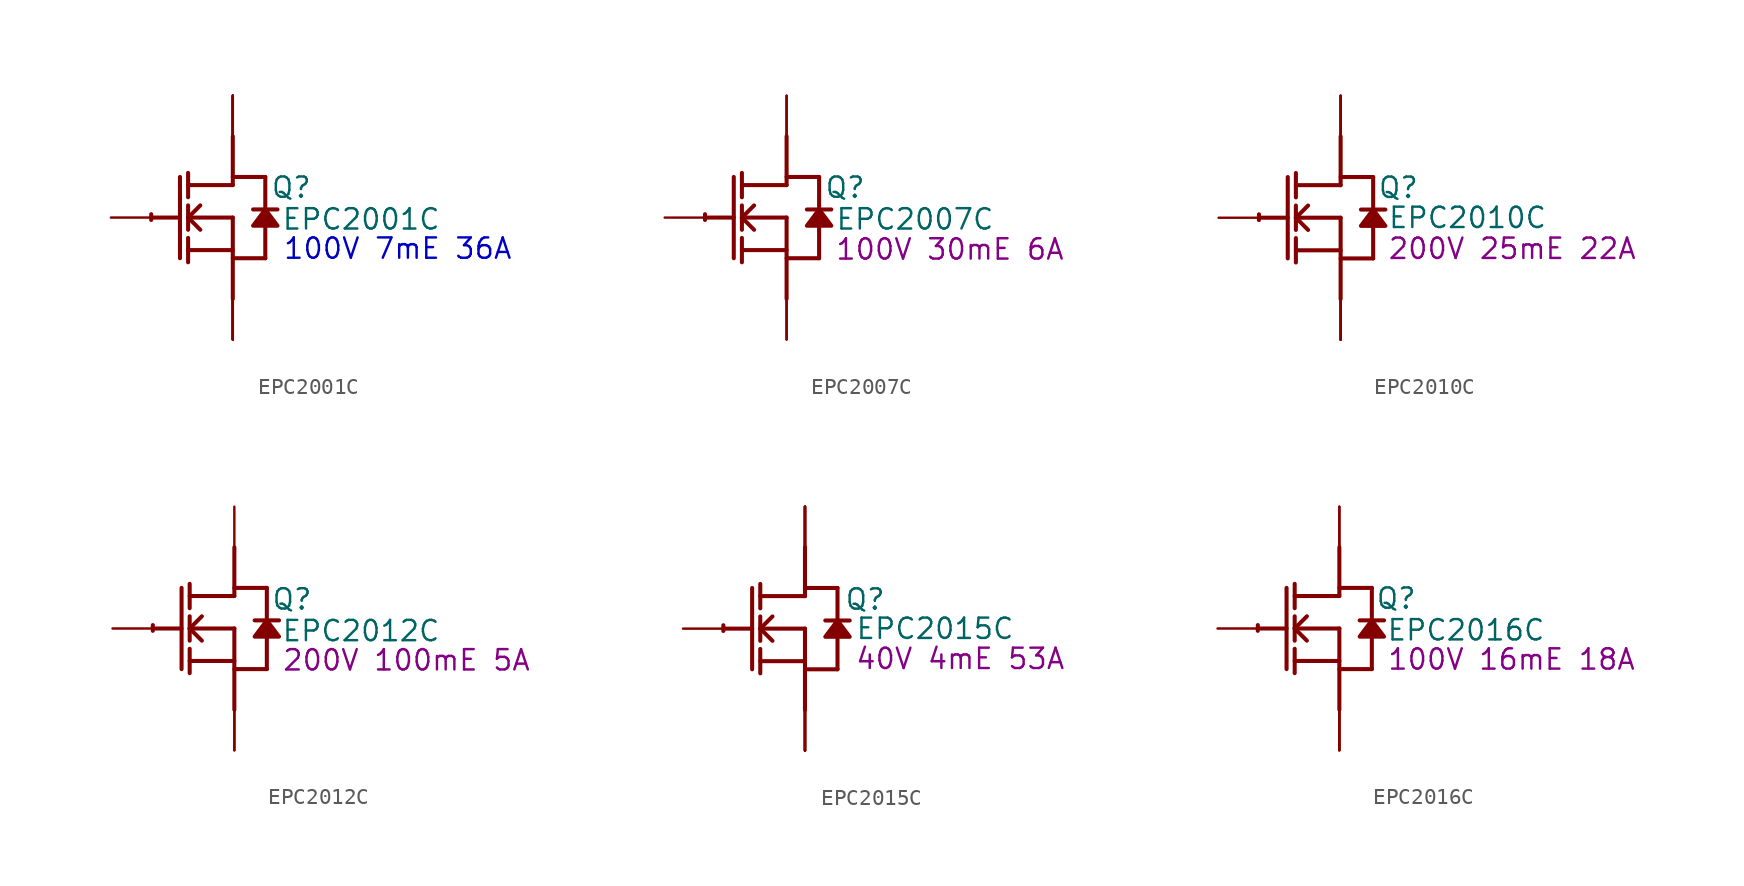
<source format=kicad_sym>
(kicad_symbol_lib
  (version 20231120)
  (generator "kicad_symbol_editor")
  (generator_version "8.0")
  (symbol "EPC2001C"
    (property "Reference" "Q"
      (at 3.658 1.88 0)
      (effects (font (size 1.27 1.27))))
    (property "Value" "EPC2001C"
      (at 8.026 -0.102 0)
      (effects (font (size 1.27 1.27))))
    (property "Description" "100V 7mE 36A"
      (at 10.312 -1.93 0)
      (effects (font (size 1.27 1.27) (color 0 0 194 1))))
    (symbol "EPC2001C_1_0"
      (arc (start -5.0996 0.2128) (mid -5.1039 0.0331) (end -5.1019 -0.1467) (stroke (width 0.254) (type solid)) (fill (type none)))
      (polyline (pts (xy -5.08 0) (xy -3.302 0)) (stroke (width 0.254) (type solid)) (fill (type none)))
      (polyline (pts (xy -3.302 2.54) (xy -3.302 -2.54)) (stroke (width 0.254) (type solid)) (fill (type none)))
      (polyline (pts (xy -2.794 -2.794) (xy -2.794 -1.27)) (stroke (width 0.254) (type solid)) (fill (type none)))
      (polyline (pts (xy -2.794 -2.032) (xy 0 -2.032)) (stroke (width 0.254) (type solid)) (fill (type none)))
      (polyline (pts (xy -2.794 -0.762) (xy -2.794 0.762)) (stroke (width 0.254) (type solid)) (fill (type none)))
      (polyline (pts (xy -2.794 0) (xy -2.032 0.762)) (stroke (width 0.254) (type solid)) (fill (type none)))
      (polyline (pts (xy -2.794 0) (xy 0 0)) (stroke (width 0.254) (type solid)) (fill (type none)))
      (polyline (pts (xy -2.794 1.27) (xy -2.794 2.794)) (stroke (width 0.254) (type solid)) (fill (type none)))
      (polyline (pts (xy -2.032 -0.762) (xy -2.794 0)) (stroke (width 0.254) (type solid)) (fill (type none)))
      (polyline (pts (xy 0 -2.54) (xy 2.032 -2.54)) (stroke (width 0.254) (type solid)) (fill (type none)))
      (polyline (pts (xy 0 0) (xy 0 -5.08)) (stroke (width 0.254) (type solid)) (fill (type none)))
      (polyline (pts (xy 0 2.032) (xy -2.794 2.032)) (stroke (width 0.254) (type solid)) (fill (type none)))
      (polyline (pts (xy 0 2.032) (xy 0 5.08)) (stroke (width 0.254) (type solid)) (fill (type none)))
      (polyline (pts (xy 0 2.54) (xy 2.032 2.54)) (stroke (width 0.254) (type solid)) (fill (type none)))
      (polyline (pts (xy 2.032 -0.508) (xy 2.032 -2.54)) (stroke (width 0.254) (type solid)) (fill (type none)))
      (polyline (pts (xy 2.032 2.54) (xy 2.032 0.508)) (stroke (width 0.254) (type solid)) (fill (type none)))
      (polyline (pts (xy 2.794 0.508) (xy 1.27 0.508)) (stroke (width 0.254) (type solid)) (fill (type none)))
      (polyline (pts (xy 2.032 0.508) (xy 1.27 -0.508) (xy 2.794 -0.508) (xy 2.032 0.508)) (stroke (width 0.254) (type solid)) (fill (type outline)))
      (pin passive line (at -7.62 0 0) (length 2.54) (name "G" (effects (font (size 0 0)))) (number "1" (effects (font (size 0 0)))))
      (pin open_emitter line (at 0 -7.62 90) (length 2.54) (name "S4" (effects (font (size 0 0)))) (number "10" (effects (font (size 0 0)))))
      (pin open_collector line (at 0 7.62 270) (length 2.54) (name "D5" (effects (font (size 0 0)))) (number "11" (effects (font (size 0 0)))))
      (pin open_emitter line (at 0 -7.62 90) (length 2.54) (name "Sub" (effects (font (size 0 0)))) (number "2" (effects (font (size 0 0)))))
      (pin open_collector line (at 0 7.62 270) (length 2.54) (name "D1" (effects (font (size 0 0)))) (number "3" (effects (font (size 0 0)))))
      (pin open_emitter line (at 0 -7.62 90) (length 2.54) (name "S1" (effects (font (size 0 0)))) (number "4" (effects (font (size 0 0)))))
      (pin open_collector line (at 0 7.62 270) (length 2.54) (name "D2" (effects (font (size 0 0)))) (number "5" (effects (font (size 0 0)))))
      (pin open_emitter line (at 0 -7.62 90) (length 2.54) (name "S2" (effects (font (size 0 0)))) (number "6" (effects (font (size 0 0)))))
      (pin open_collector line (at 0 7.62 270) (length 2.54) (name "D3" (effects (font (size 0 0)))) (number "7" (effects (font (size 0 0)))))
      (pin open_emitter line (at 0 -7.62 90) (length 2.54) (name "S3" (effects (font (size 0 0)))) (number "8" (effects (font (size 0 0)))))
      (pin open_collector line (at 0 7.62 270) (length 2.54) (name "D4" (effects (font (size 0 0)))) (number "9" (effects (font (size 0 0)))))))
  (symbol "EPC2007C"
    (property "Reference" "Q"
      (at 3.658 1.88 0)
      (effects (font (size 1.27 1.27))))
    (property "Value" "EPC2007C"
      (at 8.026 -0.102 0)
      (effects (font (size 1.27 1.27))))
    (property "Description" "100V 30mE 6A"
      (at 10.211 -1.981 0)
      (effects (font (size 1.27 1.27))))
    (symbol "EPC2007C_1_0"
      (arc (start -5.0996 0.2128) (mid -5.1039 0.0331) (end -5.1019 -0.1467) (stroke (width 0.254) (type solid)) (fill (type none)))
      (polyline (pts (xy -5.08 0) (xy -3.302 0)) (stroke (width 0.254) (type solid)) (fill (type none)))
      (polyline (pts (xy -3.302 2.54) (xy -3.302 -2.54)) (stroke (width 0.254) (type solid)) (fill (type none)))
      (polyline (pts (xy -2.794 -2.794) (xy -2.794 -1.27)) (stroke (width 0.254) (type solid)) (fill (type none)))
      (polyline (pts (xy -2.794 -2.032) (xy 0 -2.032)) (stroke (width 0.254) (type solid)) (fill (type none)))
      (polyline (pts (xy -2.794 -0.762) (xy -2.794 0.762)) (stroke (width 0.254) (type solid)) (fill (type none)))
      (polyline (pts (xy -2.794 0) (xy -2.032 0.762)) (stroke (width 0.254) (type solid)) (fill (type none)))
      (polyline (pts (xy -2.794 0) (xy 0 0)) (stroke (width 0.254) (type solid)) (fill (type none)))
      (polyline (pts (xy -2.794 1.27) (xy -2.794 2.794)) (stroke (width 0.254) (type solid)) (fill (type none)))
      (polyline (pts (xy -2.032 -0.762) (xy -2.794 0)) (stroke (width 0.254) (type solid)) (fill (type none)))
      (polyline (pts (xy 0 -2.54) (xy 2.032 -2.54)) (stroke (width 0.254) (type solid)) (fill (type none)))
      (polyline (pts (xy 0 0) (xy 0 -5.08)) (stroke (width 0.254) (type solid)) (fill (type none)))
      (polyline (pts (xy 0 2.032) (xy -2.794 2.032)) (stroke (width 0.254) (type solid)) (fill (type none)))
      (polyline (pts (xy 0 2.032) (xy 0 5.08)) (stroke (width 0.254) (type solid)) (fill (type none)))
      (polyline (pts (xy 0 2.54) (xy 2.032 2.54)) (stroke (width 0.254) (type solid)) (fill (type none)))
      (polyline (pts (xy 2.032 -0.508) (xy 2.032 -2.54)) (stroke (width 0.254) (type solid)) (fill (type none)))
      (polyline (pts (xy 2.032 2.54) (xy 2.032 0.508)) (stroke (width 0.254) (type solid)) (fill (type none)))
      (polyline (pts (xy 2.794 0.508) (xy 1.27 0.508)) (stroke (width 0.254) (type solid)) (fill (type none)))
      (polyline (pts (xy 2.032 0.508) (xy 1.27 -0.508) (xy 2.794 -0.508) (xy 2.032 0.508)) (stroke (width 0.254) (type solid)) (fill (type outline)))
      (pin passive line (at -7.62 0 0) (length 2.54) (name "G" (effects (font (size 0 0)))) (number "1" (effects (font (size 0 0)))))
      (pin open_emitter line (at 0 -7.62 90) (length 2.54) (name "Sub" (effects (font (size 0 0)))) (number "2" (effects (font (size 0 0)))))
      (pin open_collector line (at 0 7.62 270) (length 2.54) (name "D1" (effects (font (size 0 0)))) (number "3" (effects (font (size 0 0)))))
      (pin open_emitter line (at 0 -7.62 90) (length 2.54) (name "S1" (effects (font (size 0 0)))) (number "4" (effects (font (size 0 0)))))
      (pin open_collector line (at 0 7.62 270) (length 2.54) (name "D2" (effects (font (size 0 0)))) (number "5" (effects (font (size 0 0)))))))
  (symbol "EPC2010C"
    (property "Reference" "Q"
      (at 3.607 1.88 0)
      (effects (font (size 1.27 1.27))))
    (property "Value" "EPC2010C"
      (at 7.925 0 0)
      (effects (font (size 1.27 1.27))))
    (property "Description" "200V 25mE 22A"
      (at 10.719 -1.93 0)
      (effects (font (size 1.27 1.27))))
    (symbol "EPC2010C_1_0"
      (arc (start -5.0996 0.2128) (mid -5.1039 0.0331) (end -5.1019 -0.1467) (stroke (width 0.254) (type solid)) (fill (type none)))
      (polyline (pts (xy -5.08 0) (xy -3.302 0)) (stroke (width 0.254) (type solid)) (fill (type none)))
      (polyline (pts (xy -3.302 2.54) (xy -3.302 -2.54)) (stroke (width 0.254) (type solid)) (fill (type none)))
      (polyline (pts (xy -2.794 -2.794) (xy -2.794 -1.27)) (stroke (width 0.254) (type solid)) (fill (type none)))
      (polyline (pts (xy -2.794 -2.032) (xy 0 -2.032)) (stroke (width 0.254) (type solid)) (fill (type none)))
      (polyline (pts (xy -2.794 -0.762) (xy -2.794 0.762)) (stroke (width 0.254) (type solid)) (fill (type none)))
      (polyline (pts (xy -2.794 0) (xy -2.032 0.762)) (stroke (width 0.254) (type solid)) (fill (type none)))
      (polyline (pts (xy -2.794 0) (xy 0 0)) (stroke (width 0.254) (type solid)) (fill (type none)))
      (polyline (pts (xy -2.794 1.27) (xy -2.794 2.794)) (stroke (width 0.254) (type solid)) (fill (type none)))
      (polyline (pts (xy -2.032 -0.762) (xy -2.794 0)) (stroke (width 0.254) (type solid)) (fill (type none)))
      (polyline (pts (xy 0 -2.54) (xy 2.032 -2.54)) (stroke (width 0.254) (type solid)) (fill (type none)))
      (polyline (pts (xy 0 0) (xy 0 -5.08)) (stroke (width 0.254) (type solid)) (fill (type none)))
      (polyline (pts (xy 0 2.032) (xy -2.794 2.032)) (stroke (width 0.254) (type solid)) (fill (type none)))
      (polyline (pts (xy 0 2.032) (xy 0 5.08)) (stroke (width 0.254) (type solid)) (fill (type none)))
      (polyline (pts (xy 0 2.54) (xy 2.032 2.54)) (stroke (width 0.254) (type solid)) (fill (type none)))
      (polyline (pts (xy 2.032 -0.508) (xy 2.032 -2.54)) (stroke (width 0.254) (type solid)) (fill (type none)))
      (polyline (pts (xy 2.032 2.54) (xy 2.032 0.508)) (stroke (width 0.254) (type solid)) (fill (type none)))
      (polyline (pts (xy 2.794 0.508) (xy 1.27 0.508)) (stroke (width 0.254) (type solid)) (fill (type none)))
      (polyline (pts (xy 2.032 0.508) (xy 1.27 -0.508) (xy 2.794 -0.508) (xy 2.032 0.508)) (stroke (width 0.254) (type solid)) (fill (type outline)))
      (pin passive line (at -7.62 0 0) (length 2.54) (name "G" (effects (font (size 0 0)))) (number "1" (effects (font (size 0 0)))))
      (pin open_emitter line (at 0 -7.62 90) (length 2.54) (name "Sub" (effects (font (size 0 0)))) (number "2" (effects (font (size 0 0)))))
      (pin open_collector line (at 0 7.62 270) (length 2.54) (name "D1" (effects (font (size 0 0)))) (number "3" (effects (font (size 0 0)))))
      (pin open_emitter line (at 0 -7.62 90) (length 2.54) (name "S1" (effects (font (size 0 0)))) (number "4" (effects (font (size 0 0)))))
      (pin open_collector line (at 0 7.62 270) (length 2.54) (name "D2" (effects (font (size 0 0)))) (number "5" (effects (font (size 0 0)))))
      (pin open_emitter line (at 0 -7.62 90) (length 2.54) (name "S2" (effects (font (size 0 0)))) (number "6" (effects (font (size 0 0)))))
      (pin open_collector line (at 0 7.62 270) (length 2.54) (name "D3" (effects (font (size 0 0)))) (number "7" (effects (font (size 0 0)))))))
  (symbol "EPC2012C"
    (property "Reference" "Q"
      (at 3.607 1.829 0)
      (effects (font (size 1.27 1.27))))
    (property "Value" "EPC2012C"
      (at 7.925 -0.152 0)
      (effects (font (size 1.27 1.27))))
    (property "Description" "200V 100mE 5A"
      (at 10.77 -1.981 0)
      (effects (font (size 1.27 1.27))))
    (symbol "EPC2012C_1_0"
      (arc (start -5.0996 0.2128) (mid -5.1039 0.0331) (end -5.1019 -0.1467) (stroke (width 0.254) (type solid)) (fill (type none)))
      (polyline (pts (xy -5.08 0) (xy -3.302 0)) (stroke (width 0.254) (type solid)) (fill (type none)))
      (polyline (pts (xy -3.302 2.54) (xy -3.302 -2.54)) (stroke (width 0.254) (type solid)) (fill (type none)))
      (polyline (pts (xy -2.794 -2.794) (xy -2.794 -1.27)) (stroke (width 0.254) (type solid)) (fill (type none)))
      (polyline (pts (xy -2.794 -2.032) (xy 0 -2.032)) (stroke (width 0.254) (type solid)) (fill (type none)))
      (polyline (pts (xy -2.794 -0.762) (xy -2.794 0.762)) (stroke (width 0.254) (type solid)) (fill (type none)))
      (polyline (pts (xy -2.794 0) (xy -2.032 0.762)) (stroke (width 0.254) (type solid)) (fill (type none)))
      (polyline (pts (xy -2.794 0) (xy 0 0)) (stroke (width 0.254) (type solid)) (fill (type none)))
      (polyline (pts (xy -2.794 1.27) (xy -2.794 2.794)) (stroke (width 0.254) (type solid)) (fill (type none)))
      (polyline (pts (xy -2.032 -0.762) (xy -2.794 0)) (stroke (width 0.254) (type solid)) (fill (type none)))
      (polyline (pts (xy 0 -2.54) (xy 2.032 -2.54)) (stroke (width 0.254) (type solid)) (fill (type none)))
      (polyline (pts (xy 0 0) (xy 0 -5.08)) (stroke (width 0.254) (type solid)) (fill (type none)))
      (polyline (pts (xy 0 2.032) (xy -2.794 2.032)) (stroke (width 0.254) (type solid)) (fill (type none)))
      (polyline (pts (xy 0 2.032) (xy 0 5.08)) (stroke (width 0.254) (type solid)) (fill (type none)))
      (polyline (pts (xy 0 2.54) (xy 2.032 2.54)) (stroke (width 0.254) (type solid)) (fill (type none)))
      (polyline (pts (xy 2.032 -0.508) (xy 2.032 -2.54)) (stroke (width 0.254) (type solid)) (fill (type none)))
      (polyline (pts (xy 2.032 2.54) (xy 2.032 0.508)) (stroke (width 0.254) (type solid)) (fill (type none)))
      (polyline (pts (xy 2.794 0.508) (xy 1.27 0.508)) (stroke (width 0.254) (type solid)) (fill (type none)))
      (polyline (pts (xy 2.032 0.508) (xy 1.27 -0.508) (xy 2.794 -0.508) (xy 2.032 0.508)) (stroke (width 0.254) (type solid)) (fill (type outline)))
      (pin passive line (at -7.62 0 0) (length 2.54) (name "G" (effects (font (size 0 0)))) (number "1" (effects (font (size 0 0)))))
      (pin open_emitter line (at 0 -7.62 90) (length 2.54) (name "Sub" (effects (font (size 0 0)))) (number "2" (effects (font (size 0 0)))))
      (pin open_collector line (at 0 7.62 270) (length 2.54) (name "D" (effects (font (size 0 0)))) (number "3" (effects (font (size 0 0)))))
      (pin open_emitter line (at 0 -7.62 90) (length 2.54) (name "S" (effects (font (size 0 0)))) (number "4" (effects (font (size 0 0)))))))
  (symbol "EPC2015C"
    (property "Reference" "Q"
      (at 3.759 1.829 0)
      (effects (font (size 1.27 1.27))))
    (property "Value" "EPC2015C"
      (at 8.128 0 0)
      (effects (font (size 1.27 1.27))))
    (property "Description" "40V 4mE 53A"
      (at 9.703 -1.88 0)
      (effects (font (size 1.27 1.27))))
    (symbol "EPC2015C_1_0"
      (arc (start -5.0996 0.2128) (mid -5.1039 0.0331) (end -5.1019 -0.1467) (stroke (width 0.254) (type solid)) (fill (type none)))
      (polyline (pts (xy -5.08 0) (xy -3.302 0)) (stroke (width 0.254) (type solid)) (fill (type none)))
      (polyline (pts (xy -3.302 2.54) (xy -3.302 -2.54)) (stroke (width 0.254) (type solid)) (fill (type none)))
      (polyline (pts (xy -2.794 -2.794) (xy -2.794 -1.27)) (stroke (width 0.254) (type solid)) (fill (type none)))
      (polyline (pts (xy -2.794 -2.032) (xy 0 -2.032)) (stroke (width 0.254) (type solid)) (fill (type none)))
      (polyline (pts (xy -2.794 -0.762) (xy -2.794 0.762)) (stroke (width 0.254) (type solid)) (fill (type none)))
      (polyline (pts (xy -2.794 0) (xy -2.032 0.762)) (stroke (width 0.254) (type solid)) (fill (type none)))
      (polyline (pts (xy -2.794 0) (xy 0 0)) (stroke (width 0.254) (type solid)) (fill (type none)))
      (polyline (pts (xy -2.794 1.27) (xy -2.794 2.794)) (stroke (width 0.254) (type solid)) (fill (type none)))
      (polyline (pts (xy -2.032 -0.762) (xy -2.794 0)) (stroke (width 0.254) (type solid)) (fill (type none)))
      (polyline (pts (xy 0 -2.54) (xy 2.032 -2.54)) (stroke (width 0.254) (type solid)) (fill (type none)))
      (polyline (pts (xy 0 0) (xy 0 -5.08)) (stroke (width 0.254) (type solid)) (fill (type none)))
      (polyline (pts (xy 0 2.032) (xy -2.794 2.032)) (stroke (width 0.254) (type solid)) (fill (type none)))
      (polyline (pts (xy 0 2.032) (xy 0 5.08)) (stroke (width 0.254) (type solid)) (fill (type none)))
      (polyline (pts (xy 0 2.54) (xy 2.032 2.54)) (stroke (width 0.254) (type solid)) (fill (type none)))
      (polyline (pts (xy 2.032 -0.508) (xy 2.032 -2.54)) (stroke (width 0.254) (type solid)) (fill (type none)))
      (polyline (pts (xy 2.032 2.54) (xy 2.032 0.508)) (stroke (width 0.254) (type solid)) (fill (type none)))
      (polyline (pts (xy 2.794 0.508) (xy 1.27 0.508)) (stroke (width 0.254) (type solid)) (fill (type none)))
      (polyline (pts (xy 2.032 0.508) (xy 1.27 -0.508) (xy 2.794 -0.508) (xy 2.032 0.508)) (stroke (width 0.254) (type solid)) (fill (type outline)))
      (pin passive line (at -7.62 0 0) (length 2.54) (name "G" (effects (font (size 0 0)))) (number "1" (effects (font (size 0 0)))))
      (pin open_emitter line (at 0 -7.62 90) (length 2.54) (name "S4" (effects (font (size 0 0)))) (number "10" (effects (font (size 0 0)))))
      (pin open_collector line (at 0 7.62 270) (length 2.54) (name "D5" (effects (font (size 0 0)))) (number "11" (effects (font (size 0 0)))))
      (pin open_emitter line (at 0 -7.62 90) (length 2.54) (name "Sub" (effects (font (size 0 0)))) (number "2" (effects (font (size 0 0)))))
      (pin open_collector line (at 0 7.62 270) (length 2.54) (name "D1" (effects (font (size 0 0)))) (number "3" (effects (font (size 0 0)))))
      (pin open_emitter line (at 0 -7.62 90) (length 2.54) (name "S1" (effects (font (size 0 0)))) (number "4" (effects (font (size 0 0)))))
      (pin open_collector line (at 0 7.62 270) (length 2.54) (name "D2" (effects (font (size 0 0)))) (number "5" (effects (font (size 0 0)))))
      (pin open_emitter line (at 0 -7.62 90) (length 2.54) (name "S2" (effects (font (size 0 0)))) (number "6" (effects (font (size 0 0)))))
      (pin open_collector line (at 0 7.62 270) (length 2.54) (name "D3" (effects (font (size 0 0)))) (number "7" (effects (font (size 0 0)))))
      (pin open_emitter line (at 0 -7.62 90) (length 2.54) (name "S3" (effects (font (size 0 0)))) (number "8" (effects (font (size 0 0)))))
      (pin open_collector line (at 0 7.62 270) (length 2.54) (name "D4" (effects (font (size 0 0)))) (number "9" (effects (font (size 0 0)))))))
  (symbol "EPC2016C"
    (property "Reference" "Q"
      (at 3.556 1.88 0)
      (effects (font (size 1.27 1.27))))
    (property "Value" "EPC2016C"
      (at 7.925 -0.102 0)
      (effects (font (size 1.27 1.27))))
    (property "Description" "100V 16mE 18A"
      (at 10.77 -1.93 0)
      (effects (font (size 1.27 1.27))))
    (symbol "EPC2016C_1_0"
      (arc (start -5.0996 0.2128) (mid -5.1039 0.0331) (end -5.1019 -0.1467) (stroke (width 0.254) (type solid)) (fill (type none)))
      (polyline (pts (xy -5.08 0) (xy -3.302 0)) (stroke (width 0.254) (type solid)) (fill (type none)))
      (polyline (pts (xy -3.302 2.54) (xy -3.302 -2.54)) (stroke (width 0.254) (type solid)) (fill (type none)))
      (polyline (pts (xy -2.794 -2.794) (xy -2.794 -1.27)) (stroke (width 0.254) (type solid)) (fill (type none)))
      (polyline (pts (xy -2.794 -2.032) (xy 0 -2.032)) (stroke (width 0.254) (type solid)) (fill (type none)))
      (polyline (pts (xy -2.794 -0.762) (xy -2.794 0.762)) (stroke (width 0.254) (type solid)) (fill (type none)))
      (polyline (pts (xy -2.794 0) (xy -2.032 0.762)) (stroke (width 0.254) (type solid)) (fill (type none)))
      (polyline (pts (xy -2.794 0) (xy 0 0)) (stroke (width 0.254) (type solid)) (fill (type none)))
      (polyline (pts (xy -2.794 1.27) (xy -2.794 2.794)) (stroke (width 0.254) (type solid)) (fill (type none)))
      (polyline (pts (xy -2.032 -0.762) (xy -2.794 0)) (stroke (width 0.254) (type solid)) (fill (type none)))
      (polyline (pts (xy 0 -2.54) (xy 2.032 -2.54)) (stroke (width 0.254) (type solid)) (fill (type none)))
      (polyline (pts (xy 0 0) (xy 0 -5.08)) (stroke (width 0.254) (type solid)) (fill (type none)))
      (polyline (pts (xy 0 2.032) (xy -2.794 2.032)) (stroke (width 0.254) (type solid)) (fill (type none)))
      (polyline (pts (xy 0 2.032) (xy 0 5.08)) (stroke (width 0.254) (type solid)) (fill (type none)))
      (polyline (pts (xy 0 2.54) (xy 2.032 2.54)) (stroke (width 0.254) (type solid)) (fill (type none)))
      (polyline (pts (xy 2.032 -0.508) (xy 2.032 -2.54)) (stroke (width 0.254) (type solid)) (fill (type none)))
      (polyline (pts (xy 2.032 2.54) (xy 2.032 0.508)) (stroke (width 0.254) (type solid)) (fill (type none)))
      (polyline (pts (xy 2.794 0.508) (xy 1.27 0.508)) (stroke (width 0.254) (type solid)) (fill (type none)))
      (polyline (pts (xy 2.032 0.508) (xy 1.27 -0.508) (xy 2.794 -0.508) (xy 2.032 0.508)) (stroke (width 0.254) (type solid)) (fill (type outline)))
      (pin passive line (at -7.62 0 0) (length 2.54) (name "G" (effects (font (size 0 0)))) (number "1" (effects (font (size 0 0)))))
      (pin open_emitter line (at 0 -7.62 90) (length 2.54) (name "Sub" (effects (font (size 0 0)))) (number "2" (effects (font (size 0 0)))))
      (pin open_collector line (at 0 7.62 270) (length 2.54) (name "D1" (effects (font (size 0 0)))) (number "3" (effects (font (size 0 0)))))
      (pin open_emitter line (at 0 -7.62 90) (length 2.54) (name "SP1" (effects (font (size 0 0)))) (number "4" (effects (font (size 0 0)))))
      (pin open_collector line (at 0 7.62 270) (length 2.54) (name "D2" (effects (font (size 0 0)))) (number "5" (effects (font (size 0 0)))))
      (pin open_emitter line (at 0 -7.62 90) (length 2.54) (name "SP2" (effects (font (size 0 0)))) (number "6" (effects (font (size 0 0))))))))
</source>
